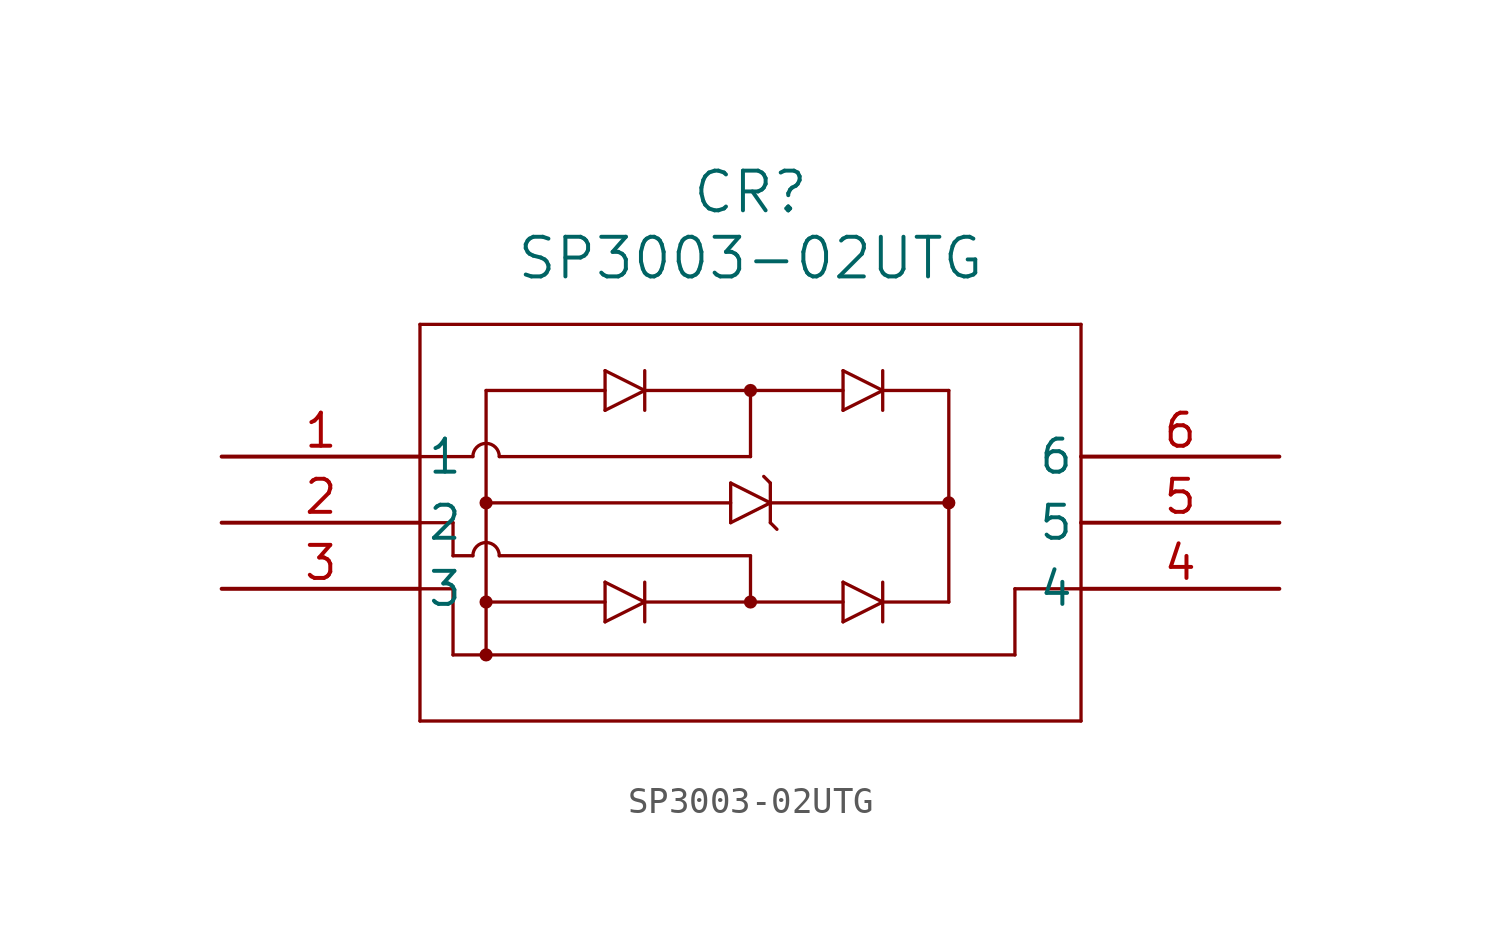
<source format=kicad_sym>
(kicad_symbol_lib
  (version 20211014)
  (generator kicad_symbol_editor)
  (symbol "SP3003-02UTG"
    (pin_names
      (offset 0.254))
    (property "Reference" "CR"
      (at 20.32 10.16 0)
      (effects (font (size 1.524 1.524))))
    (property "Value" "SP3003-02UTG"
      (at 20.32 7.62 0)
      (effects (font (size 1.524 1.524))))
    (symbol "SP3003-02UTG_0_1"
      (polyline (pts (xy 7.62 5.08) (xy 7.62 -10.16)) (stroke (width 0.127) (type default) (color 0 0 0 0)) (fill (type none)))
      (polyline (pts (xy 7.62 -10.16) (xy 33.02 -10.16)) (stroke (width 0.127) (type default) (color 0 0 0 0)) (fill (type none)))
      (polyline (pts (xy 33.02 -10.16) (xy 33.02 5.08)) (stroke (width 0.127) (type default) (color 0 0 0 0)) (fill (type none)))
      (polyline (pts (xy 33.02 5.08) (xy 7.62 5.08)) (stroke (width 0.127) (type default) (color 0 0 0 0)) (fill (type none)))
      (polyline (pts (xy 10.668 0) (xy 20.32 0)) (stroke (width 0.127) (type default) (color 0 0 0 0)) (fill (type none)))
      (polyline (pts (xy 7.62 -2.54) (xy 8.89 -2.54)) (stroke (width 0.127) (type default) (color 0 0 0 0)) (fill (type none)))
      (polyline (pts (xy 7.62 -5.08) (xy 8.89 -5.08)) (stroke (width 0.127) (type default) (color 0 0 0 0)) (fill (type none)))
      (polyline (pts (xy 10.16 2.54) (xy 10.16 -7.62)) (stroke (width 0.127) (type default) (color 0 0 0 0)) (fill (type none)))
      (polyline (pts (xy 8.89 -7.62) (xy 30.48 -7.62)) (stroke (width 0.127) (type default) (color 0 0 0 0)) (fill (type none)))
      (polyline (pts (xy 30.48 -7.62) (xy 30.48 -5.08)) (stroke (width 0.127) (type default) (color 0 0 0 0)) (fill (type none)))
      (polyline (pts (xy 30.48 -5.08) (xy 33.02 -5.08)) (stroke (width 0.127) (type default) (color 0 0 0 0)) (fill (type none)))
      (polyline (pts (xy 8.89 -2.54) (xy 8.89 -3.81)) (stroke (width 0.127) (type default) (color 0 0 0 0)) (fill (type none)))
      (polyline (pts (xy 10.668 -3.81) (xy 20.32 -3.81)) (stroke (width 0.127) (type default) (color 0 0 0 0)) (fill (type none)))
      (polyline (pts (xy 8.89 -5.08) (xy 8.89 -7.62)) (stroke (width 0.127) (type default) (color 0 0 0 0)) (fill (type none)))
      (polyline (pts (xy 8.89 -3.81) (xy 9.652 -3.81)) (stroke (width 0.127) (type default) (color 0 0 0 0)) (fill (type none)))
      (polyline (pts (xy 9.652 0) (xy 7.62 0)) (stroke (width 0.127) (type default) (color 0 0 0 0)) (fill (type none)))
      (arc (start 10.668 0) (mid 10.16 0.508) (end 9.652 0) (stroke (width 0.127) (type default) (color 0 0 0 0)) (fill (type none)))
      (arc (start 10.668 -3.81) (mid 10.16 -3.302) (end 9.652 -3.81) (stroke (width 0.127) (type default) (color 0 0 0 0)) (fill (type none)))
      (polyline (pts (xy 10.16 -1.778) (xy 19.558 -1.778)) (stroke (width 0.127) (type default) (color 0 0 0 0)) (fill (type none)))
      (polyline (pts (xy 19.558 -1.016) (xy 19.558 -2.54)) (stroke (width 0.127) (type default) (color 0 0 0 0)) (fill (type none)))
      (polyline (pts (xy 19.558 -2.54) (xy 21.082 -1.778)) (stroke (width 0.127) (type default) (color 0 0 0 0)) (fill (type none)))
      (polyline (pts (xy 21.082 -1.778) (xy 19.558 -1.016)) (stroke (width 0.127) (type default) (color 0 0 0 0)) (fill (type none)))
      (polyline (pts (xy 21.082 -1.016) (xy 21.082 -2.54)) (stroke (width 0.127) (type default) (color 0 0 0 0)) (fill (type none)))
      (polyline (pts (xy 21.082 -1.016) (xy 20.828 -0.762)) (stroke (width 0.127) (type default) (color 0 0 0 0)) (fill (type none)))
      (polyline (pts (xy 21.082 -2.54) (xy 21.336 -2.794)) (stroke (width 0.127) (type default) (color 0 0 0 0)) (fill (type none)))
      (polyline (pts (xy 14.732 -4.826) (xy 14.732 -6.35)) (stroke (width 0.127) (type default) (color 0 0 0 0)) (fill (type none)))
      (polyline (pts (xy 14.732 -6.35) (xy 16.256 -5.588)) (stroke (width 0.127) (type default) (color 0 0 0 0)) (fill (type none)))
      (polyline (pts (xy 16.256 -5.588) (xy 14.732 -4.826)) (stroke (width 0.127) (type default) (color 0 0 0 0)) (fill (type none)))
      (polyline (pts (xy 16.256 -4.826) (xy 16.256 -6.35)) (stroke (width 0.127) (type default) (color 0 0 0 0)) (fill (type none)))
      (circle (center 10.16 -1.778) (radius 0.127) (stroke (width 0.254) (type default) (color 0 0 0 0)) (fill (type none)))
      (circle (center 10.16 -5.588) (radius 0.127) (stroke (width 0.254) (type default) (color 0 0 0 0)) (fill (type none)))
      (polyline (pts (xy 14.732 3.302) (xy 14.732 1.778)) (stroke (width 0.127) (type default) (color 0 0 0 0)) (fill (type none)))
      (polyline (pts (xy 14.732 1.778) (xy 16.256 2.54)) (stroke (width 0.127) (type default) (color 0 0 0 0)) (fill (type none)))
      (polyline (pts (xy 16.256 2.54) (xy 14.732 3.302)) (stroke (width 0.127) (type default) (color 0 0 0 0)) (fill (type none)))
      (polyline (pts (xy 16.256 3.302) (xy 16.256 1.778)) (stroke (width 0.127) (type default) (color 0 0 0 0)) (fill (type none)))
      (circle (center 10.16 -7.62) (radius 0.127) (stroke (width 0.254) (type default) (color 0 0 0 0)) (fill (type none)))
      (polyline (pts (xy 14.732 -5.588) (xy 10.16 -5.588)) (stroke (width 0.127) (type default) (color 0 0 0 0)) (fill (type none)))
      (polyline (pts (xy 10.16 2.54) (xy 14.732 2.54)) (stroke (width 0.127) (type default) (color 0 0 0 0)) (fill (type none)))
      (polyline (pts (xy 23.876 -4.826) (xy 23.876 -6.35)) (stroke (width 0.127) (type default) (color 0 0 0 0)) (fill (type none)))
      (polyline (pts (xy 23.876 -6.35) (xy 25.4 -5.588)) (stroke (width 0.127) (type default) (color 0 0 0 0)) (fill (type none)))
      (polyline (pts (xy 25.4 -5.588) (xy 23.876 -4.826)) (stroke (width 0.127) (type default) (color 0 0 0 0)) (fill (type none)))
      (polyline (pts (xy 25.4 -4.826) (xy 25.4 -6.35)) (stroke (width 0.127) (type default) (color 0 0 0 0)) (fill (type none)))
      (polyline (pts (xy 23.876 3.302) (xy 23.876 1.778)) (stroke (width 0.127) (type default) (color 0 0 0 0)) (fill (type none)))
      (polyline (pts (xy 23.876 1.778) (xy 25.4 2.54)) (stroke (width 0.127) (type default) (color 0 0 0 0)) (fill (type none)))
      (polyline (pts (xy 25.4 2.54) (xy 23.876 3.302)) (stroke (width 0.127) (type default) (color 0 0 0 0)) (fill (type none)))
      (polyline (pts (xy 25.4 3.302) (xy 25.4 1.778)) (stroke (width 0.127) (type default) (color 0 0 0 0)) (fill (type none)))
      (polyline (pts (xy 20.32 -3.81) (xy 20.32 -5.588)) (stroke (width 0.127) (type default) (color 0 0 0 0)) (fill (type none)))
      (polyline (pts (xy 16.256 -5.588) (xy 23.876 -5.588)) (stroke (width 0.127) (type default) (color 0 0 0 0)) (fill (type none)))
      (polyline (pts (xy 16.256 2.54) (xy 23.876 2.54)) (stroke (width 0.127) (type default) (color 0 0 0 0)) (fill (type none)))
      (polyline (pts (xy 25.4 2.54) (xy 27.94 2.54)) (stroke (width 0.127) (type default) (color 0 0 0 0)) (fill (type none)))
      (polyline (pts (xy 27.94 2.54) (xy 27.94 -5.588)) (stroke (width 0.127) (type default) (color 0 0 0 0)) (fill (type none)))
      (polyline (pts (xy 21.082 -1.778) (xy 27.94 -1.778)) (stroke (width 0.127) (type default) (color 0 0 0 0)) (fill (type none)))
      (polyline (pts (xy 25.4 -5.588) (xy 27.94 -5.588)) (stroke (width 0.127) (type default) (color 0 0 0 0)) (fill (type none)))
      (polyline (pts (xy 20.32 0) (xy 20.32 2.54)) (stroke (width 0.127) (type default) (color 0 0 0 0)) (fill (type none)))
      (circle (center 20.32 2.54) (radius 0.127) (stroke (width 0.254) (type default) (color 0 0 0 0)) (fill (type none)))
      (circle (center 20.32 -5.588) (radius 0.127) (stroke (width 0.254) (type default) (color 0 0 0 0)) (fill (type none)))
      (circle (center 27.94 -1.778) (radius 0.127) (stroke (width 0.254) (type default) (color 0 0 0 0)) (fill (type none)))
      (pin unspecified line (at 0 0 0) (length 7.62) (name "1" (effects (font (size 1.27 1.27)))) (number "1" (effects (font (size 1.27 1.27)))))
      (pin unspecified line (at 0 -2.54 0) (length 7.62) (name "2" (effects (font (size 1.27 1.27)))) (number "2" (effects (font (size 1.27 1.27)))))
      (pin unspecified line (at 0 -5.08 0) (length 7.62) (name "3" (effects (font (size 1.27 1.27)))) (number "3" (effects (font (size 1.27 1.27)))))
      (pin unspecified line (at 40.64 -5.08 180) (length 7.62) (name "4" (effects (font (size 1.27 1.27)))) (number "4" (effects (font (size 1.27 1.27)))))
      (pin unspecified line (at 40.64 -2.54 180) (length 7.62) (name "5" (effects (font (size 1.27 1.27)))) (number "5" (effects (font (size 1.27 1.27)))))
      (pin unspecified line (at 40.64 0 180) (length 7.62) (name "6" (effects (font (size 1.27 1.27)))) (number "6" (effects (font (size 1.27 1.27))))))))
</source>
